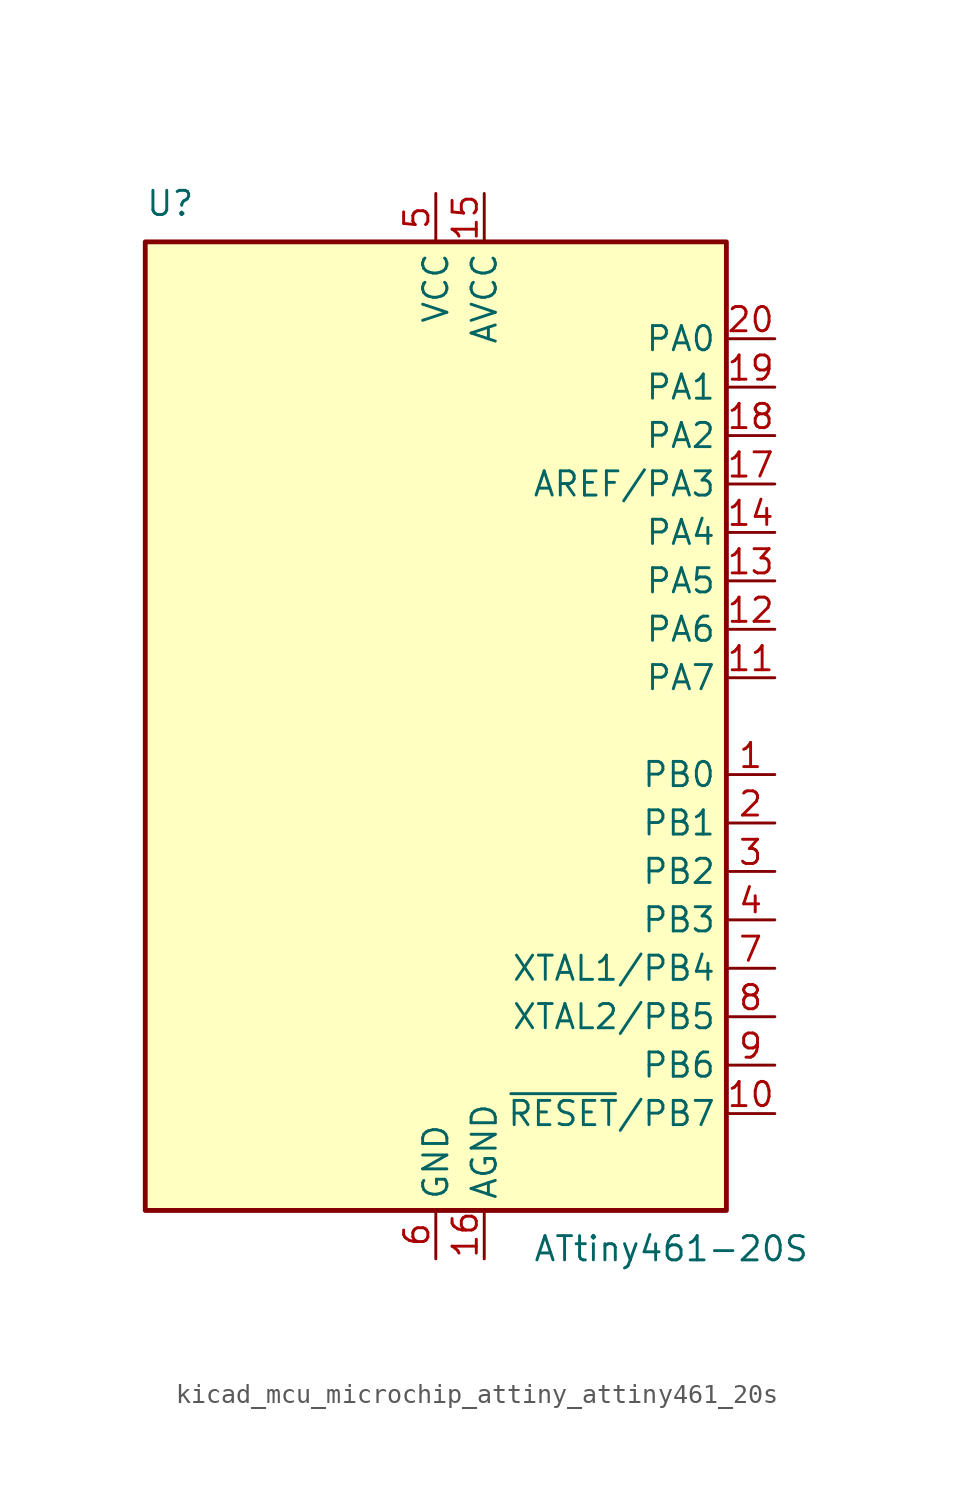
<source format=kicad_sym>
(kicad_symbol_lib
  (version 20220914)
  (generator kicad_symbol_editor)
  (symbol "kicad_mcu_microchip_attiny_attiny461_20s"
    (property "Reference" "U"
      (at -15.24 26.67 0)
      (effects (font (size 1.27 1.27)) (justify left bottom)))
    (property "Value" "ATtiny461-20S"
      (at 5.08 -26.67 0)
      (effects (font (size 1.27 1.27)) (justify left top)))
    (symbol "kicad_mcu_microchip_attiny_attiny461_20s_0_1"
      (rectangle (start -15.24 -25.4) (end 15.24 25.4) (stroke (width 0.254) (type default)) (fill (type background))))
    (symbol "kicad_mcu_microchip_attiny_attiny461_20s_1_1"
      (pin bidirectional line (at 17.78 -2.54 180) (length 2.54) (name "PB0" (effects (font (size 1.27 1.27)))) (number "1" (effects (font (size 1.27 1.27)))))
      (pin bidirectional line (at 17.78 -20.32 180) (length 2.54) (name "~{RESET}/PB7" (effects (font (size 1.27 1.27)))) (number "10" (effects (font (size 1.27 1.27)))))
      (pin bidirectional line (at 17.78 2.54 180) (length 2.54) (name "PA7" (effects (font (size 1.27 1.27)))) (number "11" (effects (font (size 1.27 1.27)))))
      (pin bidirectional line (at 17.78 5.08 180) (length 2.54) (name "PA6" (effects (font (size 1.27 1.27)))) (number "12" (effects (font (size 1.27 1.27)))))
      (pin bidirectional line (at 17.78 7.62 180) (length 2.54) (name "PA5" (effects (font (size 1.27 1.27)))) (number "13" (effects (font (size 1.27 1.27)))))
      (pin bidirectional line (at 17.78 10.16 180) (length 2.54) (name "PA4" (effects (font (size 1.27 1.27)))) (number "14" (effects (font (size 1.27 1.27)))))
      (pin power_in line (at 2.54 27.94 270) (length 2.54) (name "AVCC" (effects (font (size 1.27 1.27)))) (number "15" (effects (font (size 1.27 1.27)))))
      (pin power_in line (at 2.54 -27.94 90) (length 2.54) (name "AGND" (effects (font (size 1.27 1.27)))) (number "16" (effects (font (size 1.27 1.27)))))
      (pin bidirectional line (at 17.78 12.7 180) (length 2.54) (name "AREF/PA3" (effects (font (size 1.27 1.27)))) (number "17" (effects (font (size 1.27 1.27)))))
      (pin bidirectional line (at 17.78 15.24 180) (length 2.54) (name "PA2" (effects (font (size 1.27 1.27)))) (number "18" (effects (font (size 1.27 1.27)))))
      (pin bidirectional line (at 17.78 17.78 180) (length 2.54) (name "PA1" (effects (font (size 1.27 1.27)))) (number "19" (effects (font (size 1.27 1.27)))))
      (pin bidirectional line (at 17.78 -5.08 180) (length 2.54) (name "PB1" (effects (font (size 1.27 1.27)))) (number "2" (effects (font (size 1.27 1.27)))))
      (pin bidirectional line (at 17.78 20.32 180) (length 2.54) (name "PA0" (effects (font (size 1.27 1.27)))) (number "20" (effects (font (size 1.27 1.27)))))
      (pin bidirectional line (at 17.78 -7.62 180) (length 2.54) (name "PB2" (effects (font (size 1.27 1.27)))) (number "3" (effects (font (size 1.27 1.27)))))
      (pin bidirectional line (at 17.78 -10.16 180) (length 2.54) (name "PB3" (effects (font (size 1.27 1.27)))) (number "4" (effects (font (size 1.27 1.27)))))
      (pin power_in line (at 0 27.94 270) (length 2.54) (name "VCC" (effects (font (size 1.27 1.27)))) (number "5" (effects (font (size 1.27 1.27)))))
      (pin power_in line (at 0 -27.94 90) (length 2.54) (name "GND" (effects (font (size 1.27 1.27)))) (number "6" (effects (font (size 1.27 1.27)))))
      (pin bidirectional line (at 17.78 -12.7 180) (length 2.54) (name "XTAL1/PB4" (effects (font (size 1.27 1.27)))) (number "7" (effects (font (size 1.27 1.27)))))
      (pin bidirectional line (at 17.78 -15.24 180) (length 2.54) (name "XTAL2/PB5" (effects (font (size 1.27 1.27)))) (number "8" (effects (font (size 1.27 1.27)))))
      (pin bidirectional line (at 17.78 -17.78 180) (length 2.54) (name "PB6" (effects (font (size 1.27 1.27)))) (number "9" (effects (font (size 1.27 1.27))))))))
</source>
